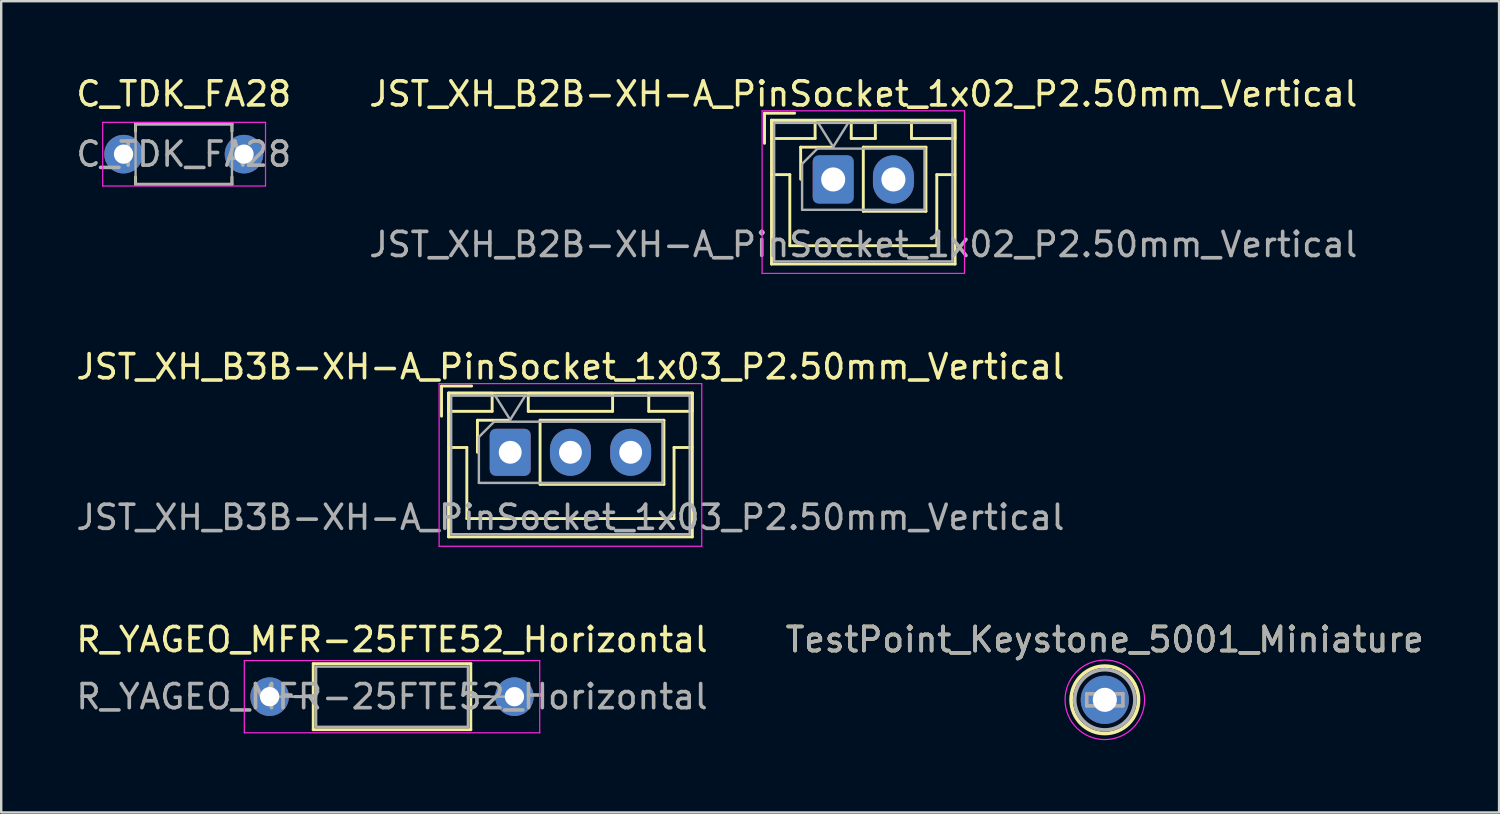
<source format=kicad_pcb>
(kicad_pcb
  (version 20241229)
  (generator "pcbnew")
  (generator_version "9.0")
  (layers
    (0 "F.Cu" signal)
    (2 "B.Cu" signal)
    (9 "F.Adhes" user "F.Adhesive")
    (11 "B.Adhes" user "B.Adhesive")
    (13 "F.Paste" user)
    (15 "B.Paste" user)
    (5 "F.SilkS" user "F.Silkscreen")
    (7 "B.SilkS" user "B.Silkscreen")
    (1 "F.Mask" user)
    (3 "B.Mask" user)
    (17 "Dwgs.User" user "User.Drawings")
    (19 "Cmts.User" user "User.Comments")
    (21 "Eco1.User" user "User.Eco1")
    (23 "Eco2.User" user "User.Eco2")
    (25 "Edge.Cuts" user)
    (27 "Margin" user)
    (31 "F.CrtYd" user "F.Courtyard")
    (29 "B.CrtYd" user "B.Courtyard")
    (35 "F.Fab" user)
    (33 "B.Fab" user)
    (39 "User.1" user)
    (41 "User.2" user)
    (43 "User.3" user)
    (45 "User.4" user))
  (footprint "TestPoint_Keystone_5001_Miniature"
    (layer "F.Cu")
    (at 42.804 25.995)
    (property "Reference" "TestPoint_Keystone_5001_Miniature" (at 0 -2.5 0) (layer "F.SilkS") (effects (font (size 1 1) (thickness 0.15))))
    (attr through_hole)
    (fp_circle (center 0 0) (end 1.4 0) (stroke (width 0.15) (type solid)) (fill no) (layer "F.SilkS"))
    (fp_circle (center 0 0) (end 1.65 0) (stroke (width 0.05) (type solid)) (fill no) (layer "F.CrtYd"))
    (fp_line (start -0.75 -0.25) (end 0.75 -0.25) (stroke (width 0.15) (type solid)) (layer "F.Fab"))
    (fp_line (start -0.75 0.25) (end -0.75 -0.25) (stroke (width 0.15) (type solid)) (layer "F.Fab"))
    (fp_line (start 0.75 -0.25) (end 0.75 0.25) (stroke (width 0.15) (type solid)) (layer "F.Fab"))
    (fp_line (start 0.75 0.25) (end -0.75 0.25) (stroke (width 0.15) (type solid)) (layer "F.Fab"))
    (fp_circle (center 0 0) (end 1.25 0) (stroke (width 0.15) (type solid)) (fill no) (layer "F.Fab"))
    (fp_text user "${REFERENCE}" (at 0 -2.5 0) (layer "F.Fab") (effects (font (size 1 1) (thickness 0.15))))
    (pad "1" thru_hole circle (at 0 0) (size 2 2) (drill 1) (layers "*.Cu" "*.Mask")))
  (footprint "JST_XH_B2B-XH-A_PinSocket_1x02_P2.50mm_Vertical"
    (layer "F.Cu")
    (at 31.53 4.398)
    (property "Reference" "JST_XH_B2B-XH-A_PinSocket_1x02_P2.50mm_Vertical" (at 1.25 -3.55 0) (layer "F.SilkS") (effects (font (size 1 1) (thickness 0.15))))
    (attr through_hole)
    (fp_line (start -2.85 -2.75) (end -2.85 -1.5) (stroke (width 0.12) (type solid)) (layer "F.SilkS"))
    (fp_line (start -2.56 -2.46) (end -2.56 3.51) (stroke (width 0.12) (type solid)) (layer "F.SilkS"))
    (fp_line (start -2.56 3.51) (end 5.06 3.51) (stroke (width 0.12) (type solid)) (layer "F.SilkS"))
    (fp_line (start -2.55 -2.45) (end -2.55 -1.7) (stroke (width 0.12) (type solid)) (layer "F.SilkS"))
    (fp_line (start -2.55 -1.7) (end -0.75 -1.7) (stroke (width 0.12) (type solid)) (layer "F.SilkS"))
    (fp_line (start -2.55 -0.2) (end -1.8 -0.2) (stroke (width 0.12) (type solid)) (layer "F.SilkS"))
    (fp_line (start -1.8 -0.2) (end -1.8 2.75) (stroke (width 0.12) (type solid)) (layer "F.SilkS"))
    (fp_line (start -1.8 2.75) (end 1.25 2.75) (stroke (width 0.12) (type solid)) (layer "F.SilkS"))
    (fp_line (start -1.6 -2.75) (end -2.85 -2.75) (stroke (width 0.12) (type solid)) (layer "F.SilkS"))
    (fp_line (start -1.35 -1.34) (end -0.02 -1.34) (stroke (width 0.12) (type solid)) (layer "F.SilkS"))
    (fp_line (start -1.35 -0.01) (end -1.35 -1.34) (stroke (width 0.12) (type solid)) (layer "F.SilkS"))
    (fp_line (start -0.75 -2.45) (end -2.55 -2.45) (stroke (width 0.12) (type solid)) (layer "F.SilkS"))
    (fp_line (start -0.75 -1.7) (end -0.75 -2.45) (stroke (width 0.12) (type solid)) (layer "F.SilkS"))
    (fp_line (start 0.75 -2.45) (end 0.75 -1.7) (stroke (width 0.12) (type solid)) (layer "F.SilkS"))
    (fp_line (start 0.75 -1.7) (end 1.75 -1.7) (stroke (width 0.12) (type solid)) (layer "F.SilkS"))
    (fp_line (start 1.25 -1.34) (end 3.85 -1.34) (stroke (width 0.12) (type solid)) (layer "F.SilkS"))
    (fp_line (start 1.25 1.32) (end 1.25 -1.34) (stroke (width 0.12) (type solid)) (layer "F.SilkS"))
    (fp_line (start 1.25 1.32) (end 3.85 1.32) (stroke (width 0.12) (type solid)) (layer "F.SilkS"))
    (fp_line (start 1.75 -2.45) (end 0.75 -2.45) (stroke (width 0.12) (type solid)) (layer "F.SilkS"))
    (fp_line (start 1.75 -1.7) (end 1.75 -2.45) (stroke (width 0.12) (type solid)) (layer "F.SilkS"))
    (fp_line (start 3.25 -2.45) (end 3.25 -1.7) (stroke (width 0.12) (type solid)) (layer "F.SilkS"))
    (fp_line (start 3.25 -1.7) (end 5.05 -1.7) (stroke (width 0.12) (type solid)) (layer "F.SilkS"))
    (fp_line (start 3.85 1.32) (end 3.85 -1.34) (stroke (width 0.12) (type solid)) (layer "F.SilkS"))
    (fp_line (start 4.3 -0.2) (end 4.3 2.75) (stroke (width 0.12) (type solid)) (layer "F.SilkS"))
    (fp_line (start 4.3 2.75) (end 1.25 2.75) (stroke (width 0.12) (type solid)) (layer "F.SilkS"))
    (fp_line (start 5.05 -2.45) (end 3.25 -2.45) (stroke (width 0.12) (type solid)) (layer "F.SilkS"))
    (fp_line (start 5.05 -1.7) (end 5.05 -2.45) (stroke (width 0.12) (type solid)) (layer "F.SilkS"))
    (fp_line (start 5.05 -0.2) (end 4.3 -0.2) (stroke (width 0.12) (type solid)) (layer "F.SilkS"))
    (fp_line (start 5.06 -2.46) (end -2.56 -2.46) (stroke (width 0.12) (type solid)) (layer "F.SilkS"))
    (fp_line (start 5.06 3.51) (end 5.06 -2.46) (stroke (width 0.12) (type solid)) (layer "F.SilkS"))
    (fp_line (start -2.95 -2.85) (end -2.95 3.9) (stroke (width 0.05) (type solid)) (layer "F.CrtYd"))
    (fp_line (start -2.95 3.9) (end 5.45 3.9) (stroke (width 0.05) (type solid)) (layer "F.CrtYd"))
    (fp_line (start 5.45 -2.85) (end -2.95 -2.85) (stroke (width 0.05) (type solid)) (layer "F.CrtYd"))
    (fp_line (start 5.45 3.9) (end 5.45 -2.85) (stroke (width 0.05) (type solid)) (layer "F.CrtYd"))
    (fp_line (start -2.45 -2.35) (end -2.45 3.4) (stroke (width 0.1) (type solid)) (layer "F.Fab"))
    (fp_line (start -2.45 3.4) (end 4.95 3.4) (stroke (width 0.1) (type solid)) (layer "F.Fab"))
    (fp_line (start -1.29 -0.645) (end -0.655 -1.28) (stroke (width 0.1) (type solid)) (layer "F.Fab"))
    (fp_line (start -1.29 1.26) (end -1.29 -0.645) (stroke (width 0.1) (type solid)) (layer "F.Fab"))
    (fp_line (start -0.655 -1.28) (end 3.79 -1.28) (stroke (width 0.1) (type solid)) (layer "F.Fab"))
    (fp_line (start -0.625 -2.35) (end 0 -1.35) (stroke (width 0.1) (type solid)) (layer "F.Fab"))
    (fp_line (start 0 -1.35) (end 0.625 -2.35) (stroke (width 0.1) (type solid)) (layer "F.Fab"))
    (fp_line (start 3.79 -1.28) (end 3.79 1.26) (stroke (width 0.1) (type solid)) (layer "F.Fab"))
    (fp_line (start 3.79 1.26) (end -1.29 1.26) (stroke (width 0.1) (type solid)) (layer "F.Fab"))
    (fp_line (start 4.95 -2.35) (end -2.45 -2.35) (stroke (width 0.1) (type solid)) (layer "F.Fab"))
    (fp_line (start 4.95 3.4) (end 4.95 -2.35) (stroke (width 0.1) (type solid)) (layer "F.Fab"))
    (fp_text user "${REFERENCE}" (at 1.25 2.7 0) (layer "F.Fab") (effects (font (size 1 1) (thickness 0.15))))
    (pad "1" thru_hole roundrect (at 0 0) (size 1.7 2) (drill 1) (layers "*.Cu" "*.Mask") (roundrect_rratio 0.147))
    (pad "2" thru_hole oval (at 2.5 0) (size 1.7 2) (drill 1) (layers "*.Cu" "*.Mask")))
  (footprint "R_YAGEO_MFR-25FTE52_Horizontal"
    (layer "F.Cu")
    (at 8.14 25.865)
    (property "Reference" "R_YAGEO_MFR-25FTE52_Horizontal" (at 5.08 -2.37 0) (layer "F.SilkS") (effects (font (size 1 1) (thickness 0.15))))
    (attr through_hole)
    (fp_line (start 1.04 0) (end 1.81 0) (stroke (width 0.12) (type solid)) (layer "F.SilkS"))
    (fp_line (start 1.81 -1.37) (end 1.81 1.37) (stroke (width 0.12) (type solid)) (layer "F.SilkS"))
    (fp_line (start 1.81 1.37) (end 8.35 1.37) (stroke (width 0.12) (type solid)) (layer "F.SilkS"))
    (fp_line (start 8.35 -1.37) (end 1.81 -1.37) (stroke (width 0.12) (type solid)) (layer "F.SilkS"))
    (fp_line (start 8.35 1.37) (end 8.35 -1.37) (stroke (width 0.12) (type solid)) (layer "F.SilkS"))
    (fp_line (start 9.12 0) (end 8.35 0) (stroke (width 0.12) (type solid)) (layer "F.SilkS"))
    (fp_line (start -1.05 -1.5) (end -1.05 1.5) (stroke (width 0.05) (type solid)) (layer "F.CrtYd"))
    (fp_line (start -1.05 1.5) (end 11.21 1.5) (stroke (width 0.05) (type solid)) (layer "F.CrtYd"))
    (fp_line (start 11.21 -1.5) (end -1.05 -1.5) (stroke (width 0.05) (type solid)) (layer "F.CrtYd"))
    (fp_line (start 11.21 1.5) (end 11.21 -1.5) (stroke (width 0.05) (type solid)) (layer "F.CrtYd"))
    (fp_line (start 0 0) (end 1.93 0) (stroke (width 0.1) (type solid)) (layer "F.Fab"))
    (fp_line (start 1.93 -1.25) (end 1.93 1.25) (stroke (width 0.1) (type solid)) (layer "F.Fab"))
    (fp_line (start 1.93 1.25) (end 8.23 1.25) (stroke (width 0.1) (type solid)) (layer "F.Fab"))
    (fp_line (start 8.23 -1.25) (end 1.93 -1.25) (stroke (width 0.1) (type solid)) (layer "F.Fab"))
    (fp_line (start 8.23 1.25) (end 8.23 -1.25) (stroke (width 0.1) (type solid)) (layer "F.Fab"))
    (fp_line (start 10.16 0) (end 8.23 0) (stroke (width 0.1) (type solid)) (layer "F.Fab"))
    (fp_text user "${REFERENCE}" (at 5.08 0 0) (layer "F.Fab") (effects (font (size 1 1) (thickness 0.15))))
    (pad "1" thru_hole circle (at 0 0) (size 1.6 1.6) (drill 0.8) (layers "*.Cu" "*.Mask"))
    (pad "2" thru_hole oval (at 10.16 0) (size 1.6 1.6) (drill 0.8) (layers "*.Cu" "*.Mask")))
  (footprint "JST_XH_B3B-XH-A_PinSocket_1x03_P2.50mm_Vertical"
    (layer "F.Cu")
    (at 18.125 15.722)
    (property "Reference" "JST_XH_B3B-XH-A_PinSocket_1x03_P2.50mm_Vertical" (at 2.5 -3.55 0) (layer "F.SilkS") (effects (font (size 1 1) (thickness 0.15))))
    (attr through_hole)
    (fp_line (start -2.85 -2.75) (end -2.85 -1.5) (stroke (width 0.12) (type solid)) (layer "F.SilkS"))
    (fp_line (start -2.56 -2.46) (end -2.56 3.51) (stroke (width 0.12) (type solid)) (layer "F.SilkS"))
    (fp_line (start -2.56 3.51) (end 7.56 3.51) (stroke (width 0.12) (type solid)) (layer "F.SilkS"))
    (fp_line (start -2.55 -2.45) (end -2.55 -1.7) (stroke (width 0.12) (type solid)) (layer "F.SilkS"))
    (fp_line (start -2.55 -1.7) (end -0.75 -1.7) (stroke (width 0.12) (type solid)) (layer "F.SilkS"))
    (fp_line (start -2.55 -0.2) (end -1.8 -0.2) (stroke (width 0.12) (type solid)) (layer "F.SilkS"))
    (fp_line (start -1.8 -0.2) (end -1.8 2.75) (stroke (width 0.12) (type solid)) (layer "F.SilkS"))
    (fp_line (start -1.8 2.75) (end 2.5 2.75) (stroke (width 0.12) (type solid)) (layer "F.SilkS"))
    (fp_line (start -1.6 -2.75) (end -2.85 -2.75) (stroke (width 0.12) (type solid)) (layer "F.SilkS"))
    (fp_line (start -1.36 -1.33) (end -0.03 -1.33) (stroke (width 0.12) (type solid)) (layer "F.SilkS"))
    (fp_line (start -1.36 0) (end -1.36 -1.33) (stroke (width 0.12) (type solid)) (layer "F.SilkS"))
    (fp_line (start -0.75 -2.45) (end -2.55 -2.45) (stroke (width 0.12) (type solid)) (layer "F.SilkS"))
    (fp_line (start -0.75 -1.7) (end -0.75 -2.45) (stroke (width 0.12) (type solid)) (layer "F.SilkS"))
    (fp_line (start 0.75 -2.45) (end 0.75 -1.7) (stroke (width 0.12) (type solid)) (layer "F.SilkS"))
    (fp_line (start 0.75 -1.7) (end 4.25 -1.7) (stroke (width 0.12) (type solid)) (layer "F.SilkS"))
    (fp_line (start 1.24 -1.33) (end 6.38 -1.33) (stroke (width 0.12) (type solid)) (layer "F.SilkS"))
    (fp_line (start 1.24 1.33) (end 1.24 -1.33) (stroke (width 0.12) (type solid)) (layer "F.SilkS"))
    (fp_line (start 1.24 1.33) (end 6.38 1.33) (stroke (width 0.12) (type solid)) (layer "F.SilkS"))
    (fp_line (start 4.25 -2.45) (end 0.75 -2.45) (stroke (width 0.12) (type solid)) (layer "F.SilkS"))
    (fp_line (start 4.25 -1.7) (end 4.25 -2.45) (stroke (width 0.12) (type solid)) (layer "F.SilkS"))
    (fp_line (start 5.75 -2.45) (end 5.75 -1.7) (stroke (width 0.12) (type solid)) (layer "F.SilkS"))
    (fp_line (start 5.75 -1.7) (end 7.55 -1.7) (stroke (width 0.12) (type solid)) (layer "F.SilkS"))
    (fp_line (start 6.38 1.33) (end 6.38 -1.33) (stroke (width 0.12) (type solid)) (layer "F.SilkS"))
    (fp_line (start 6.8 -0.2) (end 6.8 2.75) (stroke (width 0.12) (type solid)) (layer "F.SilkS"))
    (fp_line (start 6.8 2.75) (end 2.5 2.75) (stroke (width 0.12) (type solid)) (layer "F.SilkS"))
    (fp_line (start 7.55 -2.45) (end 5.75 -2.45) (stroke (width 0.12) (type solid)) (layer "F.SilkS"))
    (fp_line (start 7.55 -1.7) (end 7.55 -2.45) (stroke (width 0.12) (type solid)) (layer "F.SilkS"))
    (fp_line (start 7.55 -0.2) (end 6.8 -0.2) (stroke (width 0.12) (type solid)) (layer "F.SilkS"))
    (fp_line (start 7.56 -2.46) (end -2.56 -2.46) (stroke (width 0.12) (type solid)) (layer "F.SilkS"))
    (fp_line (start 7.56 3.51) (end 7.56 -2.46) (stroke (width 0.12) (type solid)) (layer "F.SilkS"))
    (fp_line (start -2.95 -2.85) (end -2.95 3.9) (stroke (width 0.05) (type solid)) (layer "F.CrtYd"))
    (fp_line (start -2.95 3.9) (end 7.95 3.9) (stroke (width 0.05) (type solid)) (layer "F.CrtYd"))
    (fp_line (start 7.95 -2.85) (end -2.95 -2.85) (stroke (width 0.05) (type solid)) (layer "F.CrtYd"))
    (fp_line (start 7.95 3.9) (end 7.95 -2.85) (stroke (width 0.05) (type solid)) (layer "F.CrtYd"))
    (fp_line (start -2.45 -2.35) (end -2.45 3.4) (stroke (width 0.1) (type solid)) (layer "F.Fab"))
    (fp_line (start -2.45 3.4) (end 7.45 3.4) (stroke (width 0.1) (type solid)) (layer "F.Fab"))
    (fp_line (start -1.3 -0.635) (end -0.665 -1.27) (stroke (width 0.1) (type solid)) (layer "F.Fab"))
    (fp_line (start -1.3 1.27) (end -1.3 -0.635) (stroke (width 0.1) (type solid)) (layer "F.Fab"))
    (fp_line (start -0.665 -1.27) (end 6.32 -1.27) (stroke (width 0.1) (type solid)) (layer "F.Fab"))
    (fp_line (start -0.625 -2.35) (end 0 -1.35) (stroke (width 0.1) (type solid)) (layer "F.Fab"))
    (fp_line (start 0 -1.35) (end 0.625 -2.35) (stroke (width 0.1) (type solid)) (layer "F.Fab"))
    (fp_line (start 6.32 -1.27) (end 6.32 1.27) (stroke (width 0.1) (type solid)) (layer "F.Fab"))
    (fp_line (start 6.32 1.27) (end -1.3 1.27) (stroke (width 0.1) (type solid)) (layer "F.Fab"))
    (fp_line (start 7.45 -2.35) (end -2.45 -2.35) (stroke (width 0.1) (type solid)) (layer "F.Fab"))
    (fp_line (start 7.45 3.4) (end 7.45 -2.35) (stroke (width 0.1) (type solid)) (layer "F.Fab"))
    (fp_text user "${REFERENCE}" (at 2.5 2.7 0) (layer "F.Fab") (effects (font (size 1 1) (thickness 0.15))))
    (pad "1" thru_hole roundrect (at 0 0) (size 1.7 1.95) (drill 0.95) (layers "*.Cu" "*.Mask") (roundrect_rratio 0.147))
    (pad "2" thru_hole oval (at 2.5 0) (size 1.7 1.95) (drill 0.95) (layers "*.Cu" "*.Mask"))
    (pad "3" thru_hole oval (at 5 0) (size 1.7 1.95) (drill 0.95) (layers "*.Cu" "*.Mask")))
  (footprint "C_TDK_FA28"
    (layer "F.Cu")
    (at 2.077 3.348)
    (property "Reference" "C_TDK_FA28" (at 2.5 -2.5 0) (layer "F.SilkS") (effects (font (size 1 1) (thickness 0.15))))
    (attr through_hole)
    (fp_line (start 0.5 -1.25) (end 0.5 -0.95) (stroke (width 0.12) (type solid)) (layer "F.SilkS"))
    (fp_line (start 0.5 -1.25) (end 4.5 -1.25) (stroke (width 0.12) (type solid)) (layer "F.SilkS"))
    (fp_line (start 0.5 1.25) (end 0.5 0.95) (stroke (width 0.12) (type solid)) (layer "F.SilkS"))
    (fp_line (start 0.5 1.25) (end 4.5 1.25) (stroke (width 0.12) (type solid)) (layer "F.SilkS"))
    (fp_line (start 4.5 -1.25) (end 4.5 -0.95) (stroke (width 0.12) (type solid)) (layer "F.SilkS"))
    (fp_line (start 4.5 1.25) (end 4.5 0.95) (stroke (width 0.12) (type solid)) (layer "F.SilkS"))
    (fp_line (start -0.864 -1.321) (end -0.864 1.321) (stroke (width 0.05) (type solid)) (layer "F.CrtYd"))
    (fp_line (start -0.864 1.321) (end 5.893 1.321) (stroke (width 0.05) (type solid)) (layer "F.CrtYd"))
    (fp_line (start 5.893 -1.321) (end -0.864 -1.321) (stroke (width 0.05) (type solid)) (layer "F.CrtYd"))
    (fp_line (start 5.893 1.321) (end 5.893 -1.321) (stroke (width 0.05) (type solid)) (layer "F.CrtYd"))
    (fp_line (start 0.5 -1.25) (end 0.5 1.25) (stroke (width 0.1) (type solid)) (layer "F.Fab"))
    (fp_line (start 0.5 1.25) (end 4.5 1.25) (stroke (width 0.1) (type solid)) (layer "F.Fab"))
    (fp_line (start 4.5 -1.25) (end 0.5 -1.25) (stroke (width 0.1) (type solid)) (layer "F.Fab"))
    (fp_line (start 4.5 1.25) (end 4.5 -1.25) (stroke (width 0.1) (type solid)) (layer "F.Fab"))
    (fp_text user "${REFERENCE}" (at 2.5 0 0) (layer "F.Fab") (effects (font (size 1 1) (thickness 0.15))))
    (pad "1" thru_hole circle (at 0 0) (size 1.6 1.6) (drill 0.8) (layers "*.Cu" "*.Mask"))
    (pad "2" thru_hole circle (at 5 0) (size 1.6 1.6) (drill 0.8) (layers "*.Cu" "*.Mask")))
  (gr_rect
    (start -3 -3)
    (end 59.167 30.67)
    (stroke (width 0.1) (type default))
    (fill no)
    (layer "Edge.Cuts")))
</source>
